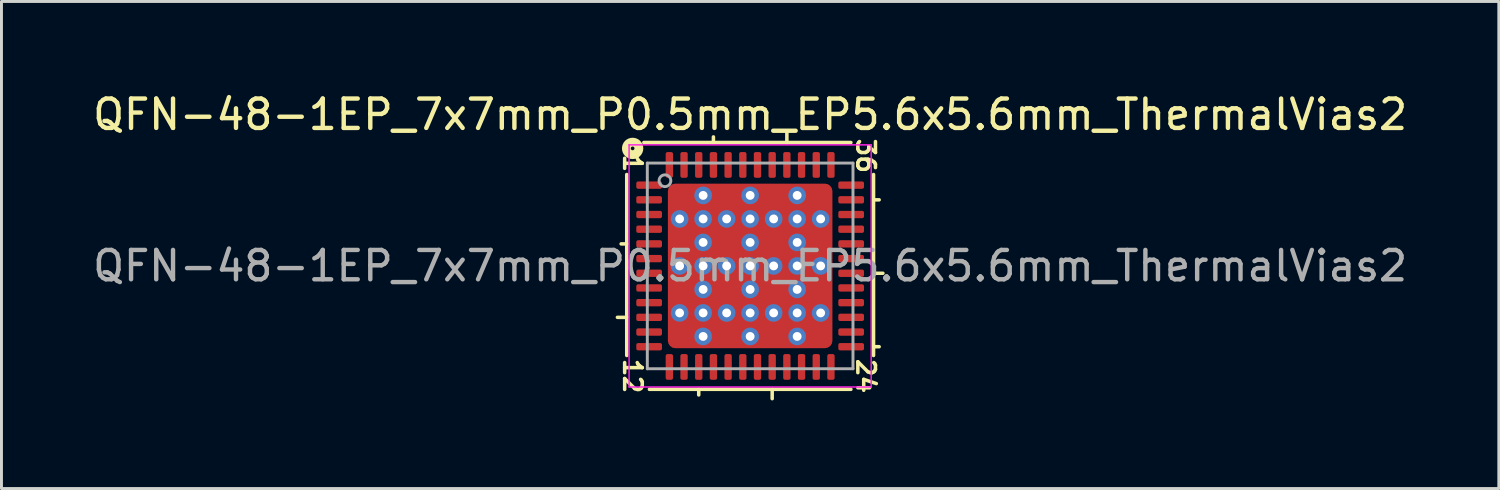
<source format=kicad_pcb>
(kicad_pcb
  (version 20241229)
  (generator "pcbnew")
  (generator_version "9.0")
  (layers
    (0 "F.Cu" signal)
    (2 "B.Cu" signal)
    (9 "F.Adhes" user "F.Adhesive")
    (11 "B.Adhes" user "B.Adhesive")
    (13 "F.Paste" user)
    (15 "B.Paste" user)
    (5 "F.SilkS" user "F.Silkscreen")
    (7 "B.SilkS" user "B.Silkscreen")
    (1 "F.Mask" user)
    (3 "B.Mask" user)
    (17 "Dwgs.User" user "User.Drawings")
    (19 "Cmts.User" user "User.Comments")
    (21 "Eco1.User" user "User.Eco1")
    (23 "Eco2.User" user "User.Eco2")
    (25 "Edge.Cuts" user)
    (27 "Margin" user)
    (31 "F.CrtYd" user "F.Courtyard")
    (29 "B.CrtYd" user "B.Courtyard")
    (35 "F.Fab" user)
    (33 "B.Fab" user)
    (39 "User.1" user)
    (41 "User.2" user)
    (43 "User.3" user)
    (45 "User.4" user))
  (footprint "QFN-48-1EP_7x7mm_P0.5mm_EP5.6x5.6mm_ThermalVias2"
    (layer "F.Cu")
    (at 22.482 6.001)
    (property "Reference" "QFN-48-1EP_7x7mm_P0.5mm_EP5.6x5.6mm_ThermalVias2" (at 0 -5.152 0) (layer "F.SilkS") (effects (font (size 1 1) (thickness 0.15))))
    (attr smd)
    (fp_line (start -4.2 -3.111) (end -4.2 3.048) (stroke (width 0.12) (type solid)) (layer "F.SilkS"))
    (fp_line (start -4.2 -0.75) (end -4.391 -0.75) (stroke (width 0.12) (type solid)) (layer "F.SilkS"))
    (fp_line (start -4.2 1.75) (end -4.518 1.75) (stroke (width 0.12) (type solid)) (layer "F.SilkS"))
    (fp_line (start -3.429 4.2) (end 3.429 4.2) (stroke (width 0.12) (type solid)) (layer "F.SilkS"))
    (fp_line (start -1.75 4.2) (end -1.75 4.391) (stroke (width 0.12) (type solid)) (layer "F.SilkS"))
    (fp_line (start -1.25 -4.2) (end -1.25 -4.391) (stroke (width 0.12) (type solid)) (layer "F.SilkS"))
    (fp_line (start 0.75 4.2) (end 0.75 4.518) (stroke (width 0.12) (type solid)) (layer "F.SilkS"))
    (fp_line (start 1.25 -4.2) (end 1.25 -4.518) (stroke (width 0.12) (type solid)) (layer "F.SilkS"))
    (fp_line (start 3.429 -4.2) (end -3.619 -4.2) (stroke (width 0.12) (type solid)) (layer "F.SilkS"))
    (fp_line (start 4.2 -2.25) (end 4.391 -2.25) (stroke (width 0.12) (type solid)) (layer "F.SilkS"))
    (fp_line (start 4.2 0.25) (end 4.518 0.25) (stroke (width 0.12) (type solid)) (layer "F.SilkS"))
    (fp_line (start 4.2 2.75) (end 4.391 2.75) (stroke (width 0.12) (type solid)) (layer "F.SilkS"))
    (fp_line (start 4.2 3.048) (end 4.2 -3.111) (stroke (width 0.12) (type solid)) (layer "F.SilkS"))
    (fp_circle (center -4 -4) (end -3.937 -4) (stroke (width 0.3) (type solid)) (fill no) (layer "F.SilkS"))
    (fp_line (start -4.12 -4.12) (end -4.12 4.12) (stroke (width 0.05) (type solid)) (layer "F.CrtYd"))
    (fp_line (start -4.12 4.12) (end 4.12 4.12) (stroke (width 0.05) (type solid)) (layer "F.CrtYd"))
    (fp_line (start 4.12 -4.12) (end -4.12 -4.12) (stroke (width 0.05) (type solid)) (layer "F.CrtYd"))
    (fp_line (start 4.12 4.12) (end 4.12 -4.12) (stroke (width 0.05) (type solid)) (layer "F.CrtYd"))
    (fp_line (start -3.5 -3.5) (end 3.5 -3.5) (stroke (width 0.1) (type solid)) (layer "F.Fab"))
    (fp_line (start -3.5 3.5) (end -3.5 -3.5) (stroke (width 0.1) (type solid)) (layer "F.Fab"))
    (fp_line (start 3.5 -3.5) (end 3.5 3.5) (stroke (width 0.1) (type solid)) (layer "F.Fab"))
    (fp_line (start 3.5 3.5) (end -3.5 3.5) (stroke (width 0.1) (type solid)) (layer "F.Fab"))
    (fp_circle (center -2.9 -2.9) (end -2.7 -2.9) (stroke (width 0.1) (type solid)) (fill no) (layer "F.Fab"))
    (fp_text user "36" (at 3.937 -3.747 270) (unlocked yes) (layer "F.SilkS") (effects (font (size 0.6 0.6) (thickness 0.12))))
    (fp_text user "24" (at 3.937 3.747 270) (unlocked yes) (layer "F.SilkS") (effects (font (size 0.6 0.6) (thickness 0.12))))
    (fp_text user "1" (at -4 -3.493 270) (unlocked yes) (layer "F.SilkS") (effects (font (size 0.6 0.6) (thickness 0.12))))
    (fp_text user "12" (at -4 3.747 270) (unlocked yes) (layer "F.SilkS") (effects (font (size 0.6 0.6) (thickness 0.12))))
    (fp_text user "${REFERENCE}" (at 0 0 0) (layer "F.Fab") (effects (font (size 1 1) (thickness 0.15))))
    (pad "" smd roundrect (at -2.3 -2.3) (size 0.6 0.6) (layers "F.Paste") (roundrect_rratio 0.25))
    (pad "" smd roundrect (at -2.3 -2.3 270) (size 0.8 0.8) (layers "F.Mask") (roundrect_rratio 0.25))
    (pad "" smd roundrect (at -2.3 -0.8 90) (size 0.7 0.6) (layers "F.Paste") (roundrect_rratio 0.244))
    (pad "" smd roundrect (at -2.3 -0.8 180) (size 0.8 1) (layers "F.Mask") (roundrect_rratio 0.25))
    (pad "" smd roundrect (at -2.3 0.8 90) (size 0.7 0.6) (layers "F.Paste") (roundrect_rratio 0.25))
    (pad "" smd roundrect (at -2.3 0.8 180) (size 0.8 1) (layers "F.Mask") (roundrect_rratio 0.25))
    (pad "" smd roundrect (at -2.3 2.3) (size 0.6 0.6) (layers "F.Paste") (roundrect_rratio 0.25))
    (pad "" smd roundrect (at -2.3 2.3 270) (size 0.8 0.8) (layers "F.Mask") (roundrect_rratio 0.25))
    (pad "" smd roundrect (at -0.8 -2.3) (size 0.7 0.6) (layers "F.Paste") (roundrect_rratio 0.25))
    (pad "" smd roundrect (at -0.8 -2.3 270) (size 0.8 1) (layers "F.Mask") (roundrect_rratio 0.25))
    (pad "" smd roundrect (at -0.8 -0.8 90) (size 0.7 0.7) (layers "F.Paste") (roundrect_rratio 0.25))
    (pad "" smd roundrect (at -0.8 -0.8 270) (size 1 1) (layers "F.Mask") (roundrect_rratio 0.25))
    (pad "" smd roundrect (at -0.8 0.8 90) (size 0.7 0.7) (layers "F.Paste") (roundrect_rratio 0.25))
    (pad "" smd roundrect (at -0.8 0.8 270) (size 1 1) (layers "F.Mask") (roundrect_rratio 0.25))
    (pad "" smd roundrect (at -0.8 2.3) (size 0.7 0.6) (layers "F.Paste") (roundrect_rratio 0.25))
    (pad "" smd roundrect (at -0.8 2.3 270) (size 0.8 1) (layers "F.Mask") (roundrect_rratio 0.25))
    (pad "" smd roundrect (at 0.8 -2.3) (size 0.7 0.6) (layers "F.Paste") (roundrect_rratio 0.25))
    (pad "" smd roundrect (at 0.8 -2.3 270) (size 0.8 1) (layers "F.Mask") (roundrect_rratio 0.25))
    (pad "" smd roundrect (at 0.8 -0.8 90) (size 0.7 0.7) (layers "F.Paste") (roundrect_rratio 0.25))
    (pad "" smd roundrect (at 0.8 -0.8 270) (size 1 1) (layers "F.Mask") (roundrect_rratio 0.25))
    (pad "" smd roundrect (at 0.8 0.8 90) (size 0.7 0.7) (layers "F.Paste") (roundrect_rratio 0.25))
    (pad "" smd roundrect (at 0.8 0.8 270) (size 1 1) (layers "F.Mask") (roundrect_rratio 0.25))
    (pad "" smd roundrect (at 0.8 2.3) (size 0.7 0.6) (layers "F.Paste") (roundrect_rratio 0.25))
    (pad "" smd roundrect (at 0.8 2.3 270) (size 0.8 1) (layers "F.Mask") (roundrect_rratio 0.25))
    (pad "" smd roundrect (at 2.3 -2.3) (size 0.6 0.6) (layers "F.Paste") (roundrect_rratio 0.25))
    (pad "" smd roundrect (at 2.3 -2.3 270) (size 0.8 0.8) (layers "F.Mask") (roundrect_rratio 0.25))
    (pad "" smd roundrect (at 2.3 -0.8 90) (size 0.7 0.6) (layers "F.Paste") (roundrect_rratio 0.25))
    (pad "" smd roundrect (at 2.3 -0.8 180) (size 0.8 1) (layers "F.Mask") (roundrect_rratio 0.25))
    (pad "" smd roundrect (at 2.3 0.8 90) (size 0.7 0.6) (layers "F.Paste") (roundrect_rratio 0.25))
    (pad "" smd roundrect (at 2.3 0.8 180) (size 0.8 1) (layers "F.Mask") (roundrect_rratio 0.25))
    (pad "" smd roundrect (at 2.3 2.3) (size 0.6 0.6) (layers "F.Paste") (roundrect_rratio 0.25))
    (pad "" smd roundrect (at 2.3 2.3 270) (size 0.8 0.8) (layers "F.Mask") (roundrect_rratio 0.25))
    (pad "1" smd roundrect (at -3.438 -2.75) (size 0.875 0.25) (layers "F.Cu" "F.Mask" "F.Paste") (roundrect_rratio 0.25))
    (pad "2" smd roundrect (at -3.438 -2.25) (size 0.875 0.25) (layers "F.Cu" "F.Mask" "F.Paste") (roundrect_rratio 0.25))
    (pad "3" smd roundrect (at -3.438 -1.75) (size 0.875 0.25) (layers "F.Cu" "F.Mask" "F.Paste") (roundrect_rratio 0.25))
    (pad "4" smd roundrect (at -3.438 -1.25) (size 0.875 0.25) (layers "F.Cu" "F.Mask" "F.Paste") (roundrect_rratio 0.25))
    (pad "5" smd roundrect (at -3.438 -0.75) (size 0.875 0.25) (layers "F.Cu" "F.Mask" "F.Paste") (roundrect_rratio 0.25))
    (pad "6" smd roundrect (at -3.438 -0.25) (size 0.875 0.25) (layers "F.Cu" "F.Mask" "F.Paste") (roundrect_rratio 0.25))
    (pad "7" smd roundrect (at -3.438 0.25) (size 0.875 0.25) (layers "F.Cu" "F.Mask" "F.Paste") (roundrect_rratio 0.25))
    (pad "8" smd roundrect (at -3.438 0.75) (size 0.875 0.25) (layers "F.Cu" "F.Mask" "F.Paste") (roundrect_rratio 0.25))
    (pad "9" smd roundrect (at -3.438 1.25) (size 0.875 0.25) (layers "F.Cu" "F.Mask" "F.Paste") (roundrect_rratio 0.25))
    (pad "10" smd roundrect (at -3.438 1.75) (size 0.875 0.25) (layers "F.Cu" "F.Mask" "F.Paste") (roundrect_rratio 0.25))
    (pad "11" smd roundrect (at -3.438 2.25) (size 0.875 0.25) (layers "F.Cu" "F.Mask" "F.Paste") (roundrect_rratio 0.25))
    (pad "12" smd roundrect (at -3.438 2.75) (size 0.875 0.25) (layers "F.Cu" "F.Mask" "F.Paste") (roundrect_rratio 0.25))
    (pad "13" smd roundrect (at -2.75 3.438) (size 0.25 0.875) (layers "F.Cu" "F.Mask" "F.Paste") (roundrect_rratio 0.25))
    (pad "14" smd roundrect (at -2.25 3.438) (size 0.25 0.875) (layers "F.Cu" "F.Mask" "F.Paste") (roundrect_rratio 0.25))
    (pad "15" smd roundrect (at -1.75 3.438) (size 0.25 0.875) (layers "F.Cu" "F.Mask" "F.Paste") (roundrect_rratio 0.25))
    (pad "16" smd roundrect (at -1.25 3.438) (size 0.25 0.875) (layers "F.Cu" "F.Mask" "F.Paste") (roundrect_rratio 0.25))
    (pad "17" smd roundrect (at -0.75 3.438) (size 0.25 0.875) (layers "F.Cu" "F.Mask" "F.Paste") (roundrect_rratio 0.25))
    (pad "18" smd roundrect (at -0.25 3.438) (size 0.25 0.875) (layers "F.Cu" "F.Mask" "F.Paste") (roundrect_rratio 0.25))
    (pad "19" smd roundrect (at 0.25 3.438) (size 0.25 0.875) (layers "F.Cu" "F.Mask" "F.Paste") (roundrect_rratio 0.25))
    (pad "20" smd roundrect (at 0.75 3.438) (size 0.25 0.875) (layers "F.Cu" "F.Mask" "F.Paste") (roundrect_rratio 0.25))
    (pad "21" smd roundrect (at 1.25 3.438) (size 0.25 0.875) (layers "F.Cu" "F.Mask" "F.Paste") (roundrect_rratio 0.25))
    (pad "22" smd roundrect (at 1.75 3.438) (size 0.25 0.875) (layers "F.Cu" "F.Mask" "F.Paste") (roundrect_rratio 0.25))
    (pad "23" smd roundrect (at 2.25 3.438) (size 0.25 0.875) (layers "F.Cu" "F.Mask" "F.Paste") (roundrect_rratio 0.25))
    (pad "24" smd roundrect (at 2.75 3.438) (size 0.25 0.875) (layers "F.Cu" "F.Mask" "F.Paste") (roundrect_rratio 0.25))
    (pad "25" smd roundrect (at 3.438 2.75) (size 0.875 0.25) (layers "F.Cu" "F.Mask" "F.Paste") (roundrect_rratio 0.25))
    (pad "26" smd roundrect (at 3.438 2.25) (size 0.875 0.25) (layers "F.Cu" "F.Mask" "F.Paste") (roundrect_rratio 0.25))
    (pad "27" smd roundrect (at 3.438 1.75) (size 0.875 0.25) (layers "F.Cu" "F.Mask" "F.Paste") (roundrect_rratio 0.25))
    (pad "28" smd roundrect (at 3.438 1.25) (size 0.875 0.25) (layers "F.Cu" "F.Mask" "F.Paste") (roundrect_rratio 0.25))
    (pad "29" smd roundrect (at 3.438 0.75) (size 0.875 0.25) (layers "F.Cu" "F.Mask" "F.Paste") (roundrect_rratio 0.25))
    (pad "30" smd roundrect (at 3.438 0.25) (size 0.875 0.25) (layers "F.Cu" "F.Mask" "F.Paste") (roundrect_rratio 0.25))
    (pad "31" smd roundrect (at 3.438 -0.25) (size 0.875 0.25) (layers "F.Cu" "F.Mask" "F.Paste") (roundrect_rratio 0.25))
    (pad "32" smd roundrect (at 3.438 -0.75) (size 0.875 0.25) (layers "F.Cu" "F.Mask" "F.Paste") (roundrect_rratio 0.25))
    (pad "33" smd roundrect (at 3.438 -1.25) (size 0.875 0.25) (layers "F.Cu" "F.Mask" "F.Paste") (roundrect_rratio 0.25))
    (pad "34" smd roundrect (at 3.438 -1.75) (size 0.875 0.25) (layers "F.Cu" "F.Mask" "F.Paste") (roundrect_rratio 0.25))
    (pad "35" smd roundrect (at 3.438 -2.25) (size 0.875 0.25) (layers "F.Cu" "F.Mask" "F.Paste") (roundrect_rratio 0.25))
    (pad "36" smd roundrect (at 3.438 -2.75) (size 0.875 0.25) (layers "F.Cu" "F.Mask" "F.Paste") (roundrect_rratio 0.25))
    (pad "37" smd roundrect (at 2.75 -3.438) (size 0.25 0.875) (layers "F.Cu" "F.Mask" "F.Paste") (roundrect_rratio 0.25))
    (pad "38" smd roundrect (at 2.25 -3.438) (size 0.25 0.875) (layers "F.Cu" "F.Mask" "F.Paste") (roundrect_rratio 0.25))
    (pad "39" smd roundrect (at 1.75 -3.438) (size 0.25 0.875) (layers "F.Cu" "F.Mask" "F.Paste") (roundrect_rratio 0.25))
    (pad "40" smd roundrect (at 1.25 -3.438) (size 0.25 0.875) (layers "F.Cu" "F.Mask" "F.Paste") (roundrect_rratio 0.25))
    (pad "41" smd roundrect (at 0.75 -3.438) (size 0.25 0.875) (layers "F.Cu" "F.Mask" "F.Paste") (roundrect_rratio 0.25))
    (pad "42" smd roundrect (at 0.25 -3.438) (size 0.25 0.875) (layers "F.Cu" "F.Mask" "F.Paste") (roundrect_rratio 0.25))
    (pad "43" smd roundrect (at -0.25 -3.438) (size 0.25 0.875) (layers "F.Cu" "F.Mask" "F.Paste") (roundrect_rratio 0.25))
    (pad "44" smd roundrect (at -0.75 -3.438) (size 0.25 0.875) (layers "F.Cu" "F.Mask" "F.Paste") (roundrect_rratio 0.25))
    (pad "45" smd roundrect (at -1.25 -3.438) (size 0.25 0.875) (layers "F.Cu" "F.Mask" "F.Paste") (roundrect_rratio 0.25))
    (pad "46" smd roundrect (at -1.75 -3.438) (size 0.25 0.875) (layers "F.Cu" "F.Mask" "F.Paste") (roundrect_rratio 0.25))
    (pad "47" smd roundrect (at -2.25 -3.438) (size 0.25 0.875) (layers "F.Cu" "F.Mask" "F.Paste") (roundrect_rratio 0.25))
    (pad "48" smd roundrect (at -2.75 -3.438) (size 0.25 0.875) (layers "F.Cu" "F.Mask" "F.Paste") (roundrect_rratio 0.25))
    (pad "49" thru_hole circle (at -2.4 -1.6) (size 0.6 0.6) (drill 0.3) (property pad_prop_heatsink) (layers "*.Cu" "*.Mask"))
    (pad "49" thru_hole circle (at -2.4 0) (size 0.6 0.6) (drill 0.3) (property pad_prop_heatsink) (layers "*.Cu" "*.Mask"))
    (pad "49" thru_hole circle (at -2.4 1.6) (size 0.6 0.6) (drill 0.3) (property pad_prop_heatsink) (layers "*.Cu" "*.Mask"))
    (pad "49" thru_hole circle (at -1.6 -2.4) (size 0.6 0.6) (drill 0.3) (property pad_prop_heatsink) (layers "*.Cu" "*.Mask"))
    (pad "49" thru_hole circle (at -1.6 -1.6) (size 0.6 0.6) (drill 0.3) (property pad_prop_heatsink) (layers "*.Cu" "*.Mask"))
    (pad "49" thru_hole circle (at -1.6 -0.8) (size 0.6 0.6) (drill 0.3) (property pad_prop_heatsink) (layers "*.Cu" "*.Mask"))
    (pad "49" thru_hole circle (at -1.6 0) (size 0.6 0.6) (drill 0.3) (property pad_prop_heatsink) (layers "*.Cu" "*.Mask"))
    (pad "49" thru_hole circle (at -1.6 0.8) (size 0.6 0.6) (drill 0.3) (property pad_prop_heatsink) (layers "*.Cu" "*.Mask"))
    (pad "49" thru_hole circle (at -1.6 1.6) (size 0.6 0.6) (drill 0.3) (property pad_prop_heatsink) (layers "*.Cu" "*.Mask"))
    (pad "49" thru_hole circle (at -1.6 2.4) (size 0.6 0.6) (drill 0.3) (property pad_prop_heatsink) (layers "*.Cu" "*.Mask"))
    (pad "49" thru_hole circle (at -0.8 -1.6) (size 0.6 0.6) (drill 0.3) (property pad_prop_heatsink) (layers "*.Cu" "*.Mask"))
    (pad "49" thru_hole circle (at -0.8 0) (size 0.6 0.6) (drill 0.3) (property pad_prop_heatsink) (layers "*.Cu" "*.Mask"))
    (pad "49" thru_hole circle (at -0.8 1.6) (size 0.6 0.6) (drill 0.3) (property pad_prop_heatsink) (layers "*.Cu" "*.Mask"))
    (pad "49" thru_hole circle (at 0 -2.4) (size 0.6 0.6) (drill 0.3) (property pad_prop_heatsink) (layers "*.Cu" "*.Mask"))
    (pad "49" thru_hole circle (at 0 -1.6) (size 0.6 0.6) (drill 0.3) (property pad_prop_heatsink) (layers "*.Cu" "*.Mask"))
    (pad "49" thru_hole circle (at 0 -0.8) (size 0.6 0.6) (drill 0.3) (property pad_prop_heatsink) (layers "*.Cu" "*.Mask"))
    (pad "49" thru_hole circle (at 0 0) (size 0.6 0.6) (drill 0.3) (property pad_prop_heatsink) (layers "*.Cu" "*.Mask"))
    (pad "49" smd roundrect (at 0 0) (size 5.6 5.6) (layers "F.Cu") (roundrect_rratio 0.045))
    (pad "49" thru_hole circle (at 0 0.8) (size 0.6 0.6) (drill 0.3) (property pad_prop_heatsink) (layers "*.Cu" "*.Mask"))
    (pad "49" thru_hole circle (at 0 1.6) (size 0.6 0.6) (drill 0.3) (property pad_prop_heatsink) (layers "*.Cu" "*.Mask"))
    (pad "49" thru_hole circle (at 0 2.4) (size 0.6 0.6) (drill 0.3) (property pad_prop_heatsink) (layers "*.Cu" "*.Mask"))
    (pad "49" thru_hole circle (at 0.8 -1.6) (size 0.6 0.6) (drill 0.3) (property pad_prop_heatsink) (layers "*.Cu" "*.Mask"))
    (pad "49" thru_hole circle (at 0.8 0) (size 0.6 0.6) (drill 0.3) (property pad_prop_heatsink) (layers "*.Cu" "*.Mask"))
    (pad "49" thru_hole circle (at 0.8 1.6) (size 0.6 0.6) (drill 0.3) (property pad_prop_heatsink) (layers "*.Cu" "*.Mask"))
    (pad "49" thru_hole circle (at 1.6 -2.4) (size 0.6 0.6) (drill 0.3) (property pad_prop_heatsink) (layers "*.Cu" "*.Mask"))
    (pad "49" thru_hole circle (at 1.6 -1.6) (size 0.6 0.6) (drill 0.3) (property pad_prop_heatsink) (layers "*.Cu" "*.Mask"))
    (pad "49" thru_hole circle (at 1.6 -0.8) (size 0.6 0.6) (drill 0.3) (property pad_prop_heatsink) (layers "*.Cu" "*.Mask"))
    (pad "49" thru_hole circle (at 1.6 0) (size 0.6 0.6) (drill 0.3) (property pad_prop_heatsink) (layers "*.Cu" "*.Mask"))
    (pad "49" thru_hole circle (at 1.6 0.8) (size 0.6 0.6) (drill 0.3) (property pad_prop_heatsink) (layers "*.Cu" "*.Mask"))
    (pad "49" thru_hole circle (at 1.6 1.6) (size 0.6 0.6) (drill 0.3) (property pad_prop_heatsink) (layers "*.Cu" "*.Mask"))
    (pad "49" thru_hole circle (at 1.6 2.4) (size 0.6 0.6) (drill 0.3) (property pad_prop_heatsink) (layers "*.Cu" "*.Mask"))
    (pad "49" thru_hole circle (at 2.4 -1.6) (size 0.6 0.6) (drill 0.3) (property pad_prop_heatsink) (layers "*.Cu" "*.Mask"))
    (pad "49" thru_hole circle (at 2.4 0) (size 0.6 0.6) (drill 0.3) (property pad_prop_heatsink) (layers "*.Cu" "*.Mask"))
    (pad "49" thru_hole circle (at 2.4 1.6) (size 0.6 0.6) (drill 0.3) (property pad_prop_heatsink) (layers "*.Cu" "*.Mask")))
  (gr_rect
    (start -3 -3)
    (end 47.964 13.578)
    (stroke (width 0.1) (type default))
    (fill no)
    (layer "Edge.Cuts")))
</source>
